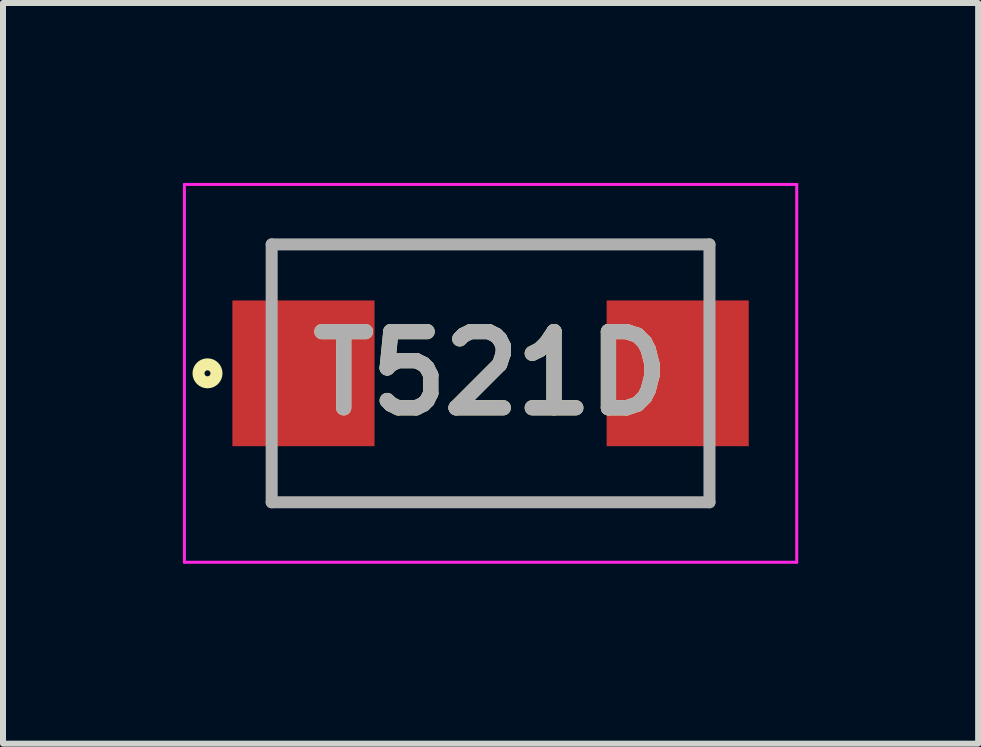
<source format=kicad_pcb>
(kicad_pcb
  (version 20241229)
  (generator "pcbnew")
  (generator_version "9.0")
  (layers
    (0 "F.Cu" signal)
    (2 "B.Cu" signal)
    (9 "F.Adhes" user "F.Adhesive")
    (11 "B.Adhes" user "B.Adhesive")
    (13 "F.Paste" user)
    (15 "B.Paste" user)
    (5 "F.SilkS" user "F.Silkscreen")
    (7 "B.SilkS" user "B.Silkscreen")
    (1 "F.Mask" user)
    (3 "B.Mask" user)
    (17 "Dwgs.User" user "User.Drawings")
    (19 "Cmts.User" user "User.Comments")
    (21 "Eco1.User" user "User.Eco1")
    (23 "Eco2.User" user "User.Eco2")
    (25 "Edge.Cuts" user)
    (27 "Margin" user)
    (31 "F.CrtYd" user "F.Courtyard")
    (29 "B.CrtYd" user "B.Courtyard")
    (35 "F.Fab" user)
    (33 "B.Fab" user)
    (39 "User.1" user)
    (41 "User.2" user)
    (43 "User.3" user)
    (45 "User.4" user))
  (footprint "T521D"
    (layer "F.Cu")
    (at 5.13 3.175)
    (property "Reference" "T521D" (at 0 0 0) (layer "F.SilkS") (effects (font (size 1.27 1.27) (thickness 0.254))))
    (attr smd)
    (fp_line (start -3.65 -2.15) (end 3.65 -2.15) (stroke (width 0.1) (type solid)) (layer "F.SilkS"))
    (fp_line (start 3.65 2.15) (end -3.65 2.15) (stroke (width 0.1) (type solid)) (layer "F.SilkS"))
    (fp_circle (center -4.72 0) (end -4.72 0.05) (stroke (width 0.2) (type solid)) (fill no) (layer "F.SilkS"))
    (fp_line (start -5.105 -3.15) (end 5.105 -3.15) (stroke (width 0.05) (type solid)) (layer "F.CrtYd"))
    (fp_line (start -5.105 3.15) (end -5.105 -3.15) (stroke (width 0.05) (type solid)) (layer "F.CrtYd"))
    (fp_line (start 5.105 -3.15) (end 5.105 3.15) (stroke (width 0.05) (type solid)) (layer "F.CrtYd"))
    (fp_line (start 5.105 3.15) (end -5.105 3.15) (stroke (width 0.05) (type solid)) (layer "F.CrtYd"))
    (fp_line (start -3.65 -2.15) (end 3.65 -2.15) (stroke (width 0.2) (type solid)) (layer "F.Fab"))
    (fp_line (start -3.65 2.15) (end -3.65 -2.15) (stroke (width 0.2) (type solid)) (layer "F.Fab"))
    (fp_line (start 3.65 -2.15) (end 3.65 2.15) (stroke (width 0.2) (type solid)) (layer "F.Fab"))
    (fp_line (start 3.65 2.15) (end -3.65 2.15) (stroke (width 0.2) (type solid)) (layer "F.Fab"))
    (fp_text user "${REFERENCE}" (at 0 0 0) (layer "F.Fab") (effects (font (size 1.27 1.27) (thickness 0.254))))
    (pad "1" smd rect (at -3.12 0) (size 2.37 2.43) (layers "F.Cu" "F.Mask" "F.Paste"))
    (pad "2" smd rect (at 3.12 0) (size 2.37 2.43) (layers "F.Cu" "F.Mask" "F.Paste")))
  (gr_rect
    (start -3 -3)
    (end 13.26 9.35)
    (stroke (width 0.1) (type default))
    (fill no)
    (layer "Edge.Cuts")))
</source>
